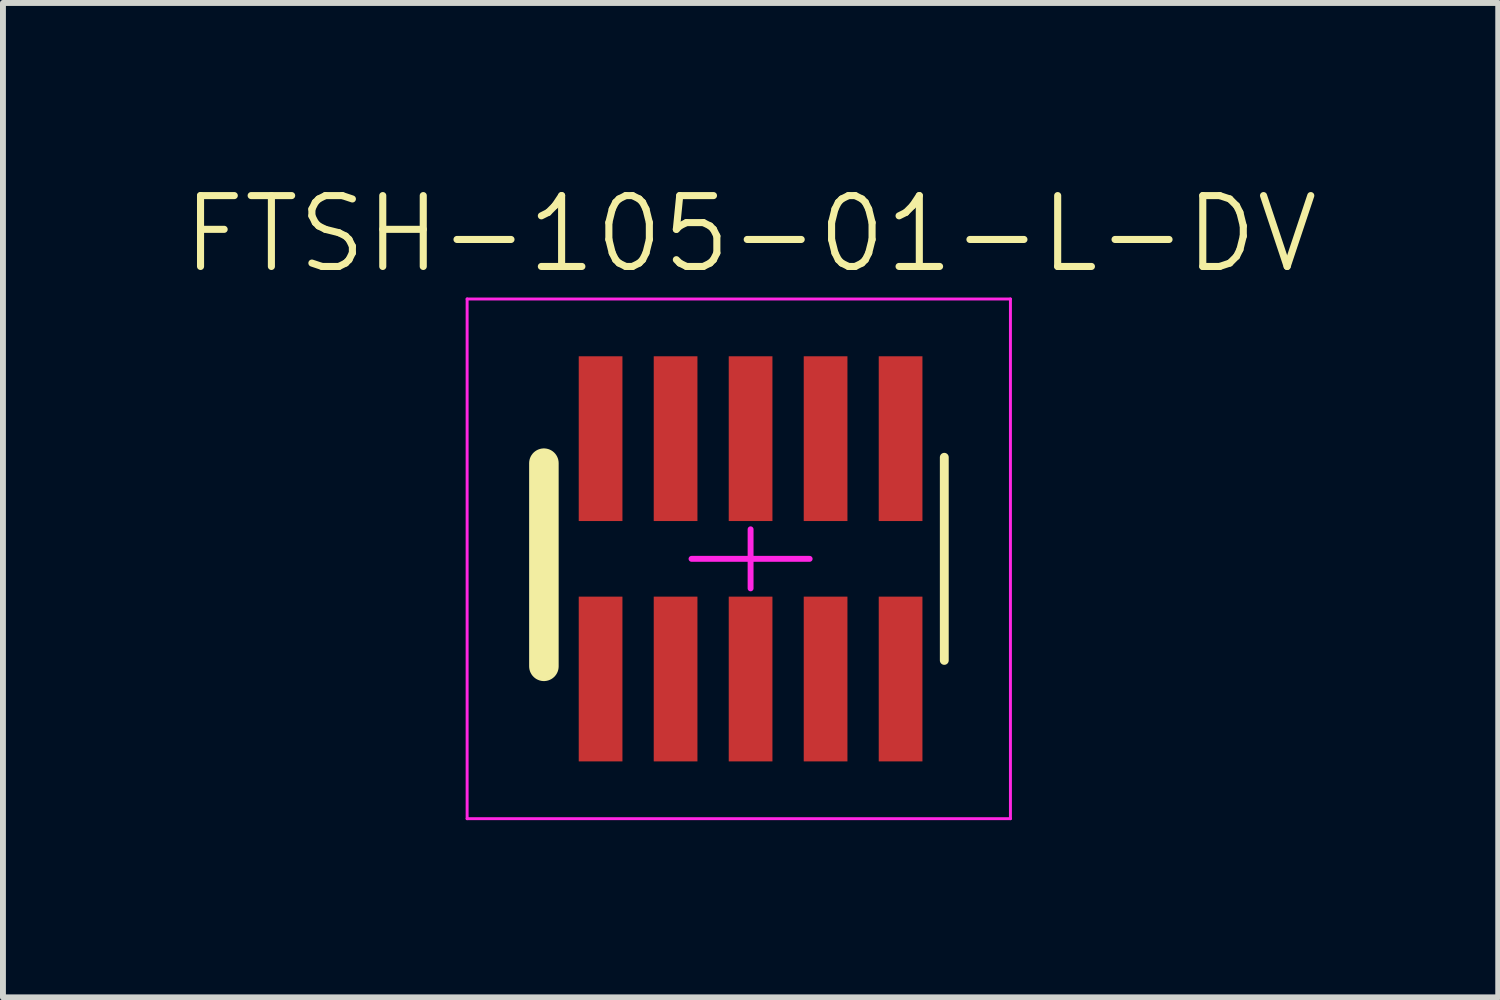
<source format=kicad_pcb>
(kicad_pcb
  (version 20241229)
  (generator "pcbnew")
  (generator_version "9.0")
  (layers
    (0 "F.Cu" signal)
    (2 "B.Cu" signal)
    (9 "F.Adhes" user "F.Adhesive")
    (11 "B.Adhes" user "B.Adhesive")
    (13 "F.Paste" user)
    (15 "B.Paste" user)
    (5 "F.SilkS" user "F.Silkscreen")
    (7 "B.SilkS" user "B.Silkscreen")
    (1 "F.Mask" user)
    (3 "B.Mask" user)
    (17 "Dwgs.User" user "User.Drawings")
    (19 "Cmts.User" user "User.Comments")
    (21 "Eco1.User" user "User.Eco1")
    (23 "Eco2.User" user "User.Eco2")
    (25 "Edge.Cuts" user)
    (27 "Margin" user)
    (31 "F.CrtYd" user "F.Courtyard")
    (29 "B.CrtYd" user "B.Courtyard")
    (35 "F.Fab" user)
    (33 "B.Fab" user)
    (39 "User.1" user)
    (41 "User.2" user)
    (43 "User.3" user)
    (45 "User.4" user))
  (footprint "FTSH-105-01-L-DV"
    (layer "F.Cu")
    (at 9.66 6.413)
    (property "Reference" "FTSH-105-01-L-DV" (at 0 -5.5 0) (layer "F.SilkS") (effects (font (size 1.2 1.2) (thickness 0.12))))
    (attr smd)
    (fp_line (start -3.5 -1.62) (end -3.5 1.82) (stroke (width 0.5) (type solid)) (layer "F.SilkS"))
    (fp_line (start 3.28 1.72) (end 3.28 -1.72) (stroke (width 0.15) (type solid)) (layer "F.SilkS"))
    (fp_line (start -4.8 -4.4) (end 4.4 -4.4) (stroke (width 0.05) (type solid)) (layer "F.CrtYd"))
    (fp_line (start -4.8 4.4) (end -4.8 -4.4) (stroke (width 0.05) (type solid)) (layer "F.CrtYd"))
    (fp_line (start -1 0) (end 1 0) (stroke (width 0.1) (type solid)) (layer "F.CrtYd"))
    (fp_line (start 0 -0.5) (end 0 0.5) (stroke (width 0.1) (type solid)) (layer "F.CrtYd"))
    (fp_line (start 4.4 -4.4) (end 4.4 4.4) (stroke (width 0.05) (type solid)) (layer "F.CrtYd"))
    (fp_line (start 4.4 4.4) (end -4.8 4.4) (stroke (width 0.05) (type solid)) (layer "F.CrtYd"))
    (pad "1" smd rect (at -2.54 2.035) (size 0.74 2.79) (layers "F.Cu" "F.Mask" "F.Paste"))
    (pad "2" smd rect (at -2.54 -2.035) (size 0.74 2.79) (layers "F.Cu" "F.Mask" "F.Paste"))
    (pad "3" smd rect (at -1.27 2.035) (size 0.74 2.79) (layers "F.Cu" "F.Mask" "F.Paste"))
    (pad "4" smd rect (at -1.27 -2.035) (size 0.74 2.79) (layers "F.Cu" "F.Mask" "F.Paste"))
    (pad "5" smd rect (at 0 2.035) (size 0.74 2.79) (layers "F.Cu" "F.Mask" "F.Paste"))
    (pad "6" smd rect (at 0 -2.035) (size 0.74 2.79) (layers "F.Cu" "F.Mask" "F.Paste"))
    (pad "7" smd rect (at 1.27 2.035) (size 0.74 2.79) (layers "F.Cu" "F.Mask" "F.Paste"))
    (pad "8" smd rect (at 1.27 -2.035) (size 0.74 2.79) (layers "F.Cu" "F.Mask" "F.Paste"))
    (pad "9" smd rect (at 2.54 2.035) (size 0.74 2.79) (layers "F.Cu" "F.Mask" "F.Paste"))
    (pad "10" smd rect (at 2.54 -2.035) (size 0.74 2.79) (layers "F.Cu" "F.Mask" "F.Paste")))
  (gr_rect
    (start -3 -3)
    (end 22.32 13.838)
    (stroke (width 0.1) (type default))
    (fill no)
    (layer "Edge.Cuts")))
</source>
